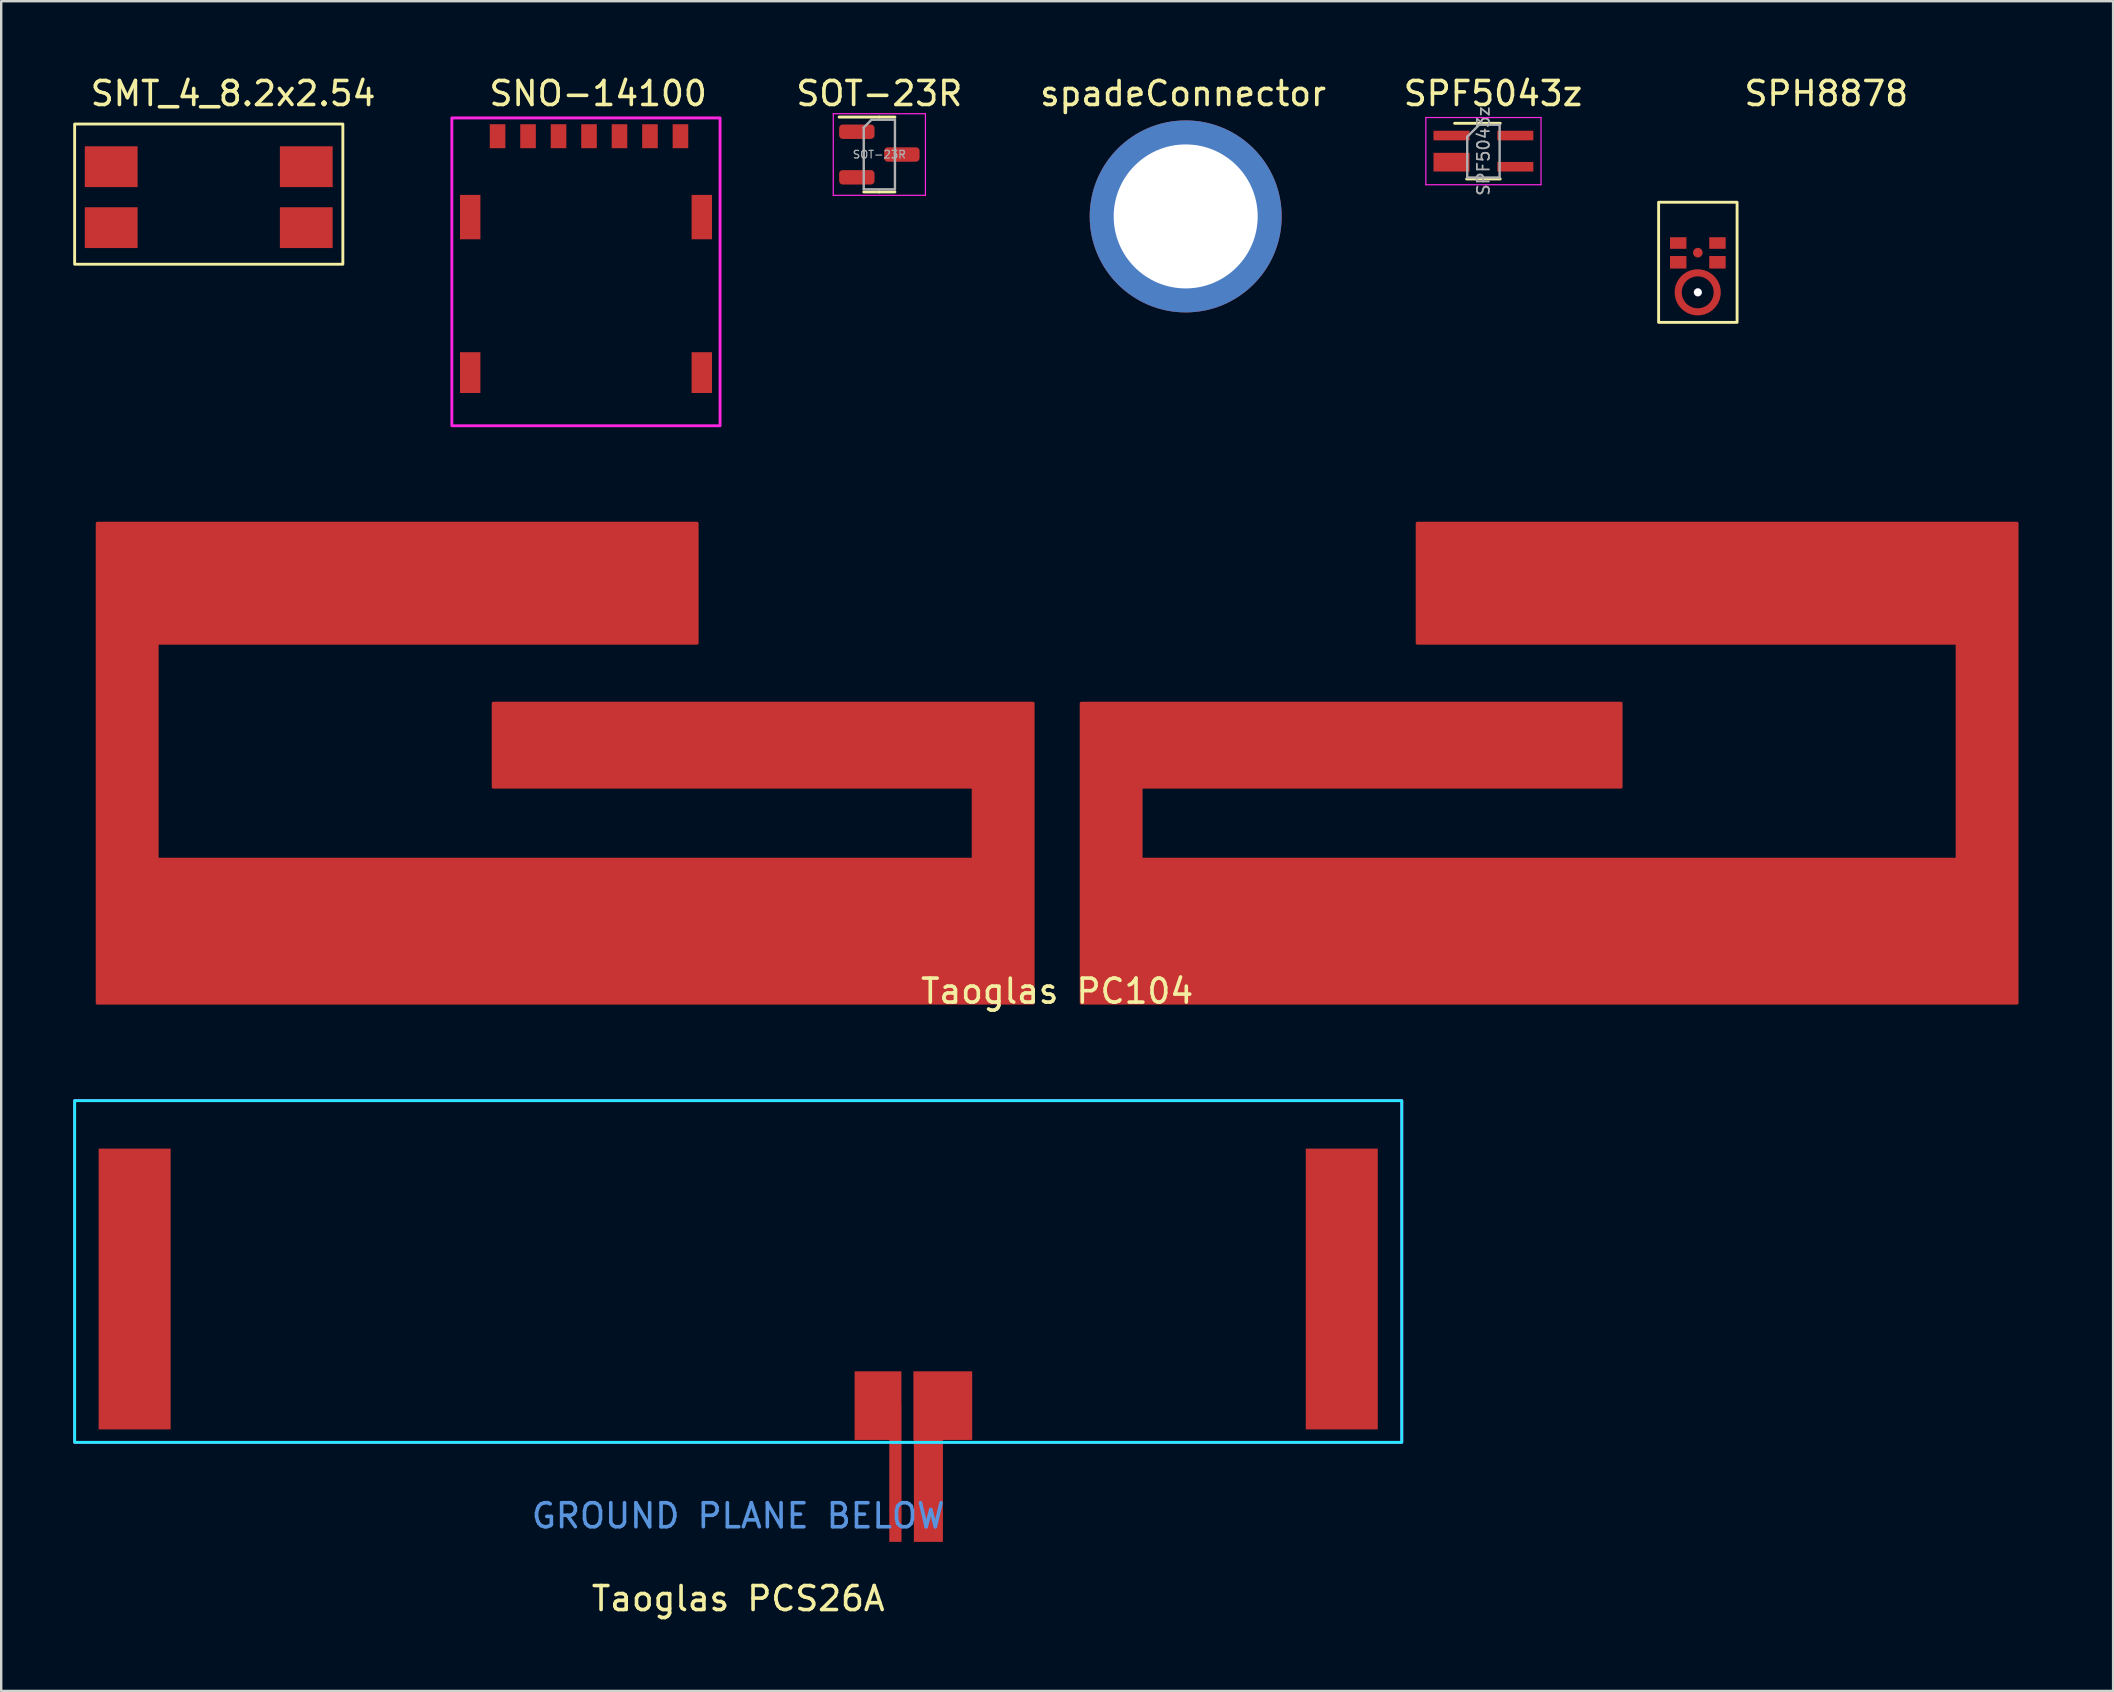
<source format=kicad_pcb>
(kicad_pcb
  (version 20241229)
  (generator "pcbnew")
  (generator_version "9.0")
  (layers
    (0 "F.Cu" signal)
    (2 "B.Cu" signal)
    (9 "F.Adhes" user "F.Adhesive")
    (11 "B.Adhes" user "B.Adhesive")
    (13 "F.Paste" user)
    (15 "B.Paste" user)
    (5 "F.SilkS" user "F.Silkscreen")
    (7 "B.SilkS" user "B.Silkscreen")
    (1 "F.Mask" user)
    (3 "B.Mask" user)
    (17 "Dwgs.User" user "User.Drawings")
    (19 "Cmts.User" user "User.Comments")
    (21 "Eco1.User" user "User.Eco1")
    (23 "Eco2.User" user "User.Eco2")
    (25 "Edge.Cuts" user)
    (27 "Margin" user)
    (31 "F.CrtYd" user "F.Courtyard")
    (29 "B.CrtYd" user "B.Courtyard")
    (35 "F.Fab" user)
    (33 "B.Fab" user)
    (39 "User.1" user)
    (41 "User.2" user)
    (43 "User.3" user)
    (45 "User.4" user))
  (footprint "SNO-14100"
    (layer "F.Cu")
    (at 21.493 2.626)
    (property "Reference" "SNO-14100" (at 0.381 -1.778 0) (unlocked yes) (layer "F.SilkS") (effects (font (size 1 1) (thickness 0.15))))
    (attr smd)
    (fp_rect (start -5.715 -0.762) (end 5.461 12.065) (stroke (width 0.12) (type solid)) (fill no) (layer "F.CrtYd"))
    (pad "" smd rect (at 2.54 0) (size 0.65 1) (layers "F.Cu" "F.Mask" "F.Paste"))
    (pad "1" smd rect (at 1.27 0) (size 0.65 1) (layers "F.Cu" "F.Mask" "F.Paste"))
    (pad "2" smd rect (at -1.27 0) (size 0.65 1) (layers "F.Cu" "F.Mask" "F.Paste"))
    (pad "3" smd rect (at -3.81 0) (size 0.65 1) (layers "F.Cu" "F.Mask" "F.Paste"))
    (pad "5" smd rect (at -4.95 3.37) (size 0.85 1.85) (layers "F.Cu" "F.Mask" "F.Paste"))
    (pad "5" smd rect (at -4.95 9.85) (size 0.85 1.7) (layers "F.Cu" "F.Mask" "F.Paste"))
    (pad "5" smd rect (at 3.81 0) (size 0.65 1) (layers "F.Cu" "F.Mask" "F.Paste"))
    (pad "5" smd rect (at 4.7 3.37) (size 0.85 1.85) (layers "F.Cu" "F.Mask" "F.Paste"))
    (pad "5" smd rect (at 4.7 9.85) (size 0.85 1.7) (layers "F.Cu" "F.Mask" "F.Paste"))
    (pad "6" smd rect (at 0 0) (size 0.65 1) (layers "F.Cu" "F.Mask" "F.Paste"))
    (pad "7" smd rect (at -2.54 0) (size 0.65 1) (layers "F.Cu" "F.Mask" "F.Paste")))
  (footprint "SMT_4_8.2x2.54"
    (layer "F.Cu")
    (at 6.664 8.976)
    (property "Reference" "SMT_4_8.2x2.54" (at 0 -8.128 0) (unlocked yes) (layer "F.SilkS") (effects (font (size 1 1) (thickness 0.15))))
    (attr smd)
    (fp_rect (start -6.604 -6.858) (end 4.572 -1.016) (stroke (width 0.12) (type solid)) (fill no) (layer "F.SilkS"))
    (pad "1" smd rect (at -5.08 -5.08) (size 2.2 1.7) (layers "F.Cu" "F.Mask" "F.Paste"))
    (pad "2" smd rect (at -5.08 -2.54) (size 2.2 1.7) (layers "F.Cu" "F.Mask" "F.Paste"))
    (pad "3" smd rect (at 3.048 -2.54) (size 2.2 1.7) (layers "F.Cu" "F.Mask" "F.Paste"))
    (pad "4" smd rect (at 3.048 -5.08) (size 2.2 1.7) (layers "F.Cu" "F.Mask" "F.Paste")))
  (footprint "SOT-23R"
    (layer "F.Cu")
    (at 33.591 3.388)
    (property "Reference" "SOT-23R" (at 0 -2.54 0) (unlocked yes) (layer "F.SilkS") (effects (font (size 1 1) (thickness 0.15))))
    (attr smd)
    (fp_line (start 0 -1.56) (end -1.675 -1.56) (stroke (width 0.12) (type solid)) (layer "F.SilkS"))
    (fp_line (start 0 -1.56) (end 0.65 -1.56) (stroke (width 0.12) (type solid)) (layer "F.SilkS"))
    (fp_line (start 0 1.56) (end -0.65 1.56) (stroke (width 0.12) (type solid)) (layer "F.SilkS"))
    (fp_line (start 0 1.56) (end 0.65 1.56) (stroke (width 0.12) (type solid)) (layer "F.SilkS"))
    (fp_line (start -1.92 -1.7) (end -1.92 1.7) (stroke (width 0.05) (type solid)) (layer "F.CrtYd"))
    (fp_line (start -1.92 1.7) (end 1.92 1.7) (stroke (width 0.05) (type solid)) (layer "F.CrtYd"))
    (fp_line (start 1.92 -1.7) (end -1.92 -1.7) (stroke (width 0.05) (type solid)) (layer "F.CrtYd"))
    (fp_line (start 1.92 1.7) (end 1.92 -1.7) (stroke (width 0.05) (type solid)) (layer "F.CrtYd"))
    (fp_line (start -0.65 -1.125) (end -0.325 -1.45) (stroke (width 0.1) (type solid)) (layer "F.Fab"))
    (fp_line (start -0.65 1.45) (end -0.65 -1.125) (stroke (width 0.1) (type solid)) (layer "F.Fab"))
    (fp_line (start -0.325 -1.45) (end 0.65 -1.45) (stroke (width 0.1) (type solid)) (layer "F.Fab"))
    (fp_line (start 0.65 -1.45) (end 0.65 1.45) (stroke (width 0.1) (type solid)) (layer "F.Fab"))
    (fp_line (start 0.65 1.45) (end -0.65 1.45) (stroke (width 0.1) (type solid)) (layer "F.Fab"))
    (fp_text user "${REFERENCE}" (at 0 0 0) (layer "F.Fab") (effects (font (size 0.32 0.32) (thickness 0.05))))
    (pad "1" smd roundrect (at -0.938 -0.95) (size 1.475 0.6) (layers "F.Cu" "F.Mask" "F.Paste") (roundrect_rratio 0.25))
    (pad "2" smd roundrect (at 0.938 0) (size 1.475 0.6) (layers "F.Cu" "F.Mask" "F.Paste") (roundrect_rratio 0.25))
    (pad "3" smd roundrect (at -0.938 0.95) (size 1.475 0.6) (layers "F.Cu" "F.Mask" "F.Paste") (roundrect_rratio 0.25)))
  (footprint "Taoglas PC104"
    (layer "F.Cu")
    (at 41 38.751)
    (property "Reference" "Taoglas PC104" (at 0 -0.5 0) (unlocked yes) (layer "F.SilkS") (effects (font (size 1 1) (thickness 0.15))))
    (attr smd)
    (pad "1" smd custom (at 2 -1) (size 1 1) (layers "F.Cu" "F.Mask" "F.Paste") (options (anchor rect)) (primitives (gr_poly (pts (xy -1 1) (xy 38 1) (xy 38 -19) (xy 13 -19) (xy 13 -14) (xy 35.5 -14) (xy 35.5 -5) (xy 1.5 -5) (xy 1.5 -8) (xy 21.5 -8) (xy 21.5 -11.5) (xy -1 -11.5)) (width 0.12) (fill yes))))
    (pad "2" smd custom (at -2 -1) (size 1 1) (layers "F.Cu" "F.Mask" "F.Paste") (options (anchor rect)) (primitives (gr_poly (pts (xy 1 1) (xy -38 1) (xy -38 -19) (xy -13 -19) (xy -13 -14) (xy -35.5 -14) (xy -35.5 -5) (xy -1.5 -5) (xy -1.5 -8) (xy -21.5 -8) (xy -21.5 -11.5) (xy 1 -11.5)) (width 0.12) (fill yes))))
    (zone (net_name "") (layers "F.Cu" "B.Cu") (hatch edge 0.508) (connect_pads) (min_thickness 0.254) (filled_areas_thickness no) (keepout (tracks allowed) (vias not_allowed) (pads allowed) (copperpour not_allowed) (footprints allowed)) (placement (enabled no)) (fill) (polygon (pts (xy 82 39.751) (xy 0 39.751) (xy 0 17.751) (xy 82 17.751)))))
  (footprint "spadeConnector"
    (layer "F.Cu")
    (at 46.356 5.968)
    (property "Reference" "spadeConnector" (at -0.11 -5.12 0) (unlocked yes) (layer "F.SilkS") (effects (font (size 1 1) (thickness 0.15))))
    (attr through_hole)
    (pad "1" thru_hole circle (at 0 0) (size 8 8) (drill 6) (layers "*.Cu" "*.Mask")))
  (footprint "SPH8878"
    (layer "F.Cu")
    (at 70.967 9.484)
    (property "Reference" "SPH8878" (at 2.083 -8.636 0) (unlocked yes) (layer "F.SilkS") (effects (font (size 1 1) (thickness 0.15))))
    (fp_rect (start -4.905 -4.108) (end -1.635 0.898) (stroke (width 0.12) (type solid)) (fill no) (layer "F.SilkS"))
    (pad "" np_thru_hole circle (at -3.27 -0.353) (size 0.34 0.34) (drill 0.325) (layers "*.Cu" "*.Mask"))
    (pad "1" smd rect (at -4.088 -2.408) (size 0.685 0.482) (layers "F.Cu" "F.Mask" "F.Paste"))
    (pad "2" smd rect (at -4.088 -1.605) (size 0.685 0.523) (layers "F.Cu" "F.Mask" "F.Paste"))
    (pad "3" smd custom (at -4.088 -0.353) (size 0.01 0.01) (layers "F.Cu" "F.Mask" "F.Paste") (options (anchor circle)) (primitives (gr_circle (center 0.812 0) (end 1.625 0) (width 0.3) (fill no))))
    (pad "4" smd rect (at -2.453 -1.605) (size 0.685 0.523) (layers "F.Cu" "F.Mask" "F.Paste"))
    (pad "5" smd rect (at -2.453 -2.408) (size 0.685 0.482) (layers "F.Cu" "F.Mask" "F.Paste"))
    (pad "6" smd circle (at -3.27 -2.006) (size 0.4 0.4) (layers "F.Cu" "F.Mask" "F.Paste")))
  (footprint "SPF5043z"
    (layer "F.Cu")
    (at 57.432 2.598)
    (property "Reference" "SPF5043z" (at 1.73 -1.75 0) (unlocked yes) (layer "F.SilkS") (effects (font (size 1 1) (thickness 0.15))))
    (attr smd)
    (fp_line (start 0.63 1.81) (end 2.03 1.81) (stroke (width 0.12) (type solid)) (layer "F.SilkS"))
    (fp_line (start 2.03 -0.51) (end 0.13 -0.51) (stroke (width 0.12) (type solid)) (layer "F.SilkS"))
    (fp_line (start -1.07 -0.75) (end -1.07 2.05) (stroke (width 0.05) (type solid)) (layer "F.CrtYd"))
    (fp_line (start -1.07 -0.75) (end 3.73 -0.75) (stroke (width 0.05) (type solid)) (layer "F.CrtYd"))
    (fp_line (start -1.07 2.05) (end 3.73 2.05) (stroke (width 0.05) (type solid)) (layer "F.CrtYd"))
    (fp_line (start 3.73 2.05) (end 3.73 -0.75) (stroke (width 0.05) (type solid)) (layer "F.CrtYd"))
    (fp_line (start 0.655 0.05) (end 0.655 1.75) (stroke (width 0.1) (type solid)) (layer "F.Fab"))
    (fp_line (start 1.155 -0.45) (end 0.655 0.05) (stroke (width 0.1) (type solid)) (layer "F.Fab"))
    (fp_line (start 2.005 -0.45) (end 1.155 -0.45) (stroke (width 0.1) (type solid)) (layer "F.Fab"))
    (fp_line (start 2.005 -0.45) (end 2.005 1.75) (stroke (width 0.1) (type solid)) (layer "F.Fab"))
    (fp_line (start 2.005 1.75) (end 0.655 1.75) (stroke (width 0.1) (type solid)) (layer "F.Fab"))
    (fp_text user "${REFERENCE}" (at 1.33 0.65 90) (layer "F.Fab") (effects (font (size 0.5 0.5) (thickness 0.075))))
    (pad "1" smd rect (at 0 0) (size 1.5 0.4) (layers "F.Cu" "F.Mask" "F.Paste"))
    (pad "2" smd rect (at 0 1.11) (size 1.5 0.78) (layers "F.Cu" "F.Mask" "F.Paste"))
    (pad "3" smd rect (at 2.66 1.3) (size 1.5 0.4) (layers "F.Cu" "F.Mask" "F.Paste"))
    (pad "4" smd rect (at 2.66 0) (size 1.5 0.4) (layers "F.Cu" "F.Mask" "F.Paste")))
  (footprint "Taoglas PCS26A"
    (layer "F.Cu")
    (at 27.71 50.661)
    (property "Reference" "Taoglas PCS26A" (at 0 12.9 0) (unlocked yes) (layer "F.SilkS") (effects (font (size 1 1) (thickness 0.15))))
    (attr smd)
    (fp_rect (start -27.65 6.39) (end 27.65 -7.85) (stroke (width 0.12) (type solid)) (fill no) (layer "B.CrtYd"))
    (fp_rect (start 27.65 -7.85) (end -27.65 6.39) (stroke (width 0.12) (type solid)) (fill no) (layer "F.CrtYd"))
    (fp_text user "GROUND PLANE BELOW" (at 0 9.45 0) (unlocked yes) (layer "Cmts.User") (effects (font (size 1 1) (thickness 0.15))))
    (pad "1" smd custom (at 8.525 4.86) (size 2.45 2.86) (layers "F.Cu" "F.Mask" "F.Paste") (options (anchor rect)) (primitives (gr_poly (pts (xy -1.2 0) (xy -1.2 5.67) (xy 0 5.67) (xy 0 0)) (width 0.01) (fill yes))))
    (pad "2" smd custom (at 5.825 4.86) (size 1.95 2.86) (layers "F.Cu" "F.Mask" "F.Paste") (options (anchor rect)) (primitives (gr_poly (pts (xy 0.975 0) (xy 0.975 5.67) (xy 0.475 5.67) (xy 0.475 0)) (width 0.01) (fill yes))))
    (pad "3" smd trapezoid (at -25.15 0) (size 3 11.7) (layers "F.Cu" "F.Mask" "F.Paste"))
    (pad "4" smd rect (at 25.15 0) (size 3 11.7) (layers "F.Cu" "F.Mask" "F.Paste"))
    (zone (net_name "") (layers "F.Cu" "B.Cu") (hatch edge 0.508) (connect_pads) (min_thickness 0.254) (filled_areas_thickness no) (keepout (tracks allowed) (vias allowed) (pads allowed) (copperpour not_allowed) (footprints allowed)) (placement (enabled no)) (fill) (polygon (pts (xy 55.36 42.811) (xy 55.36 57.051) (xy 0.06 57.051) (xy 0.06 42.811)))))
  (gr_rect
    (start -3 -3)
    (end 85 67.409)
    (stroke (width 0.1) (type default))
    (fill no)
    (layer "Edge.Cuts")))
</source>
